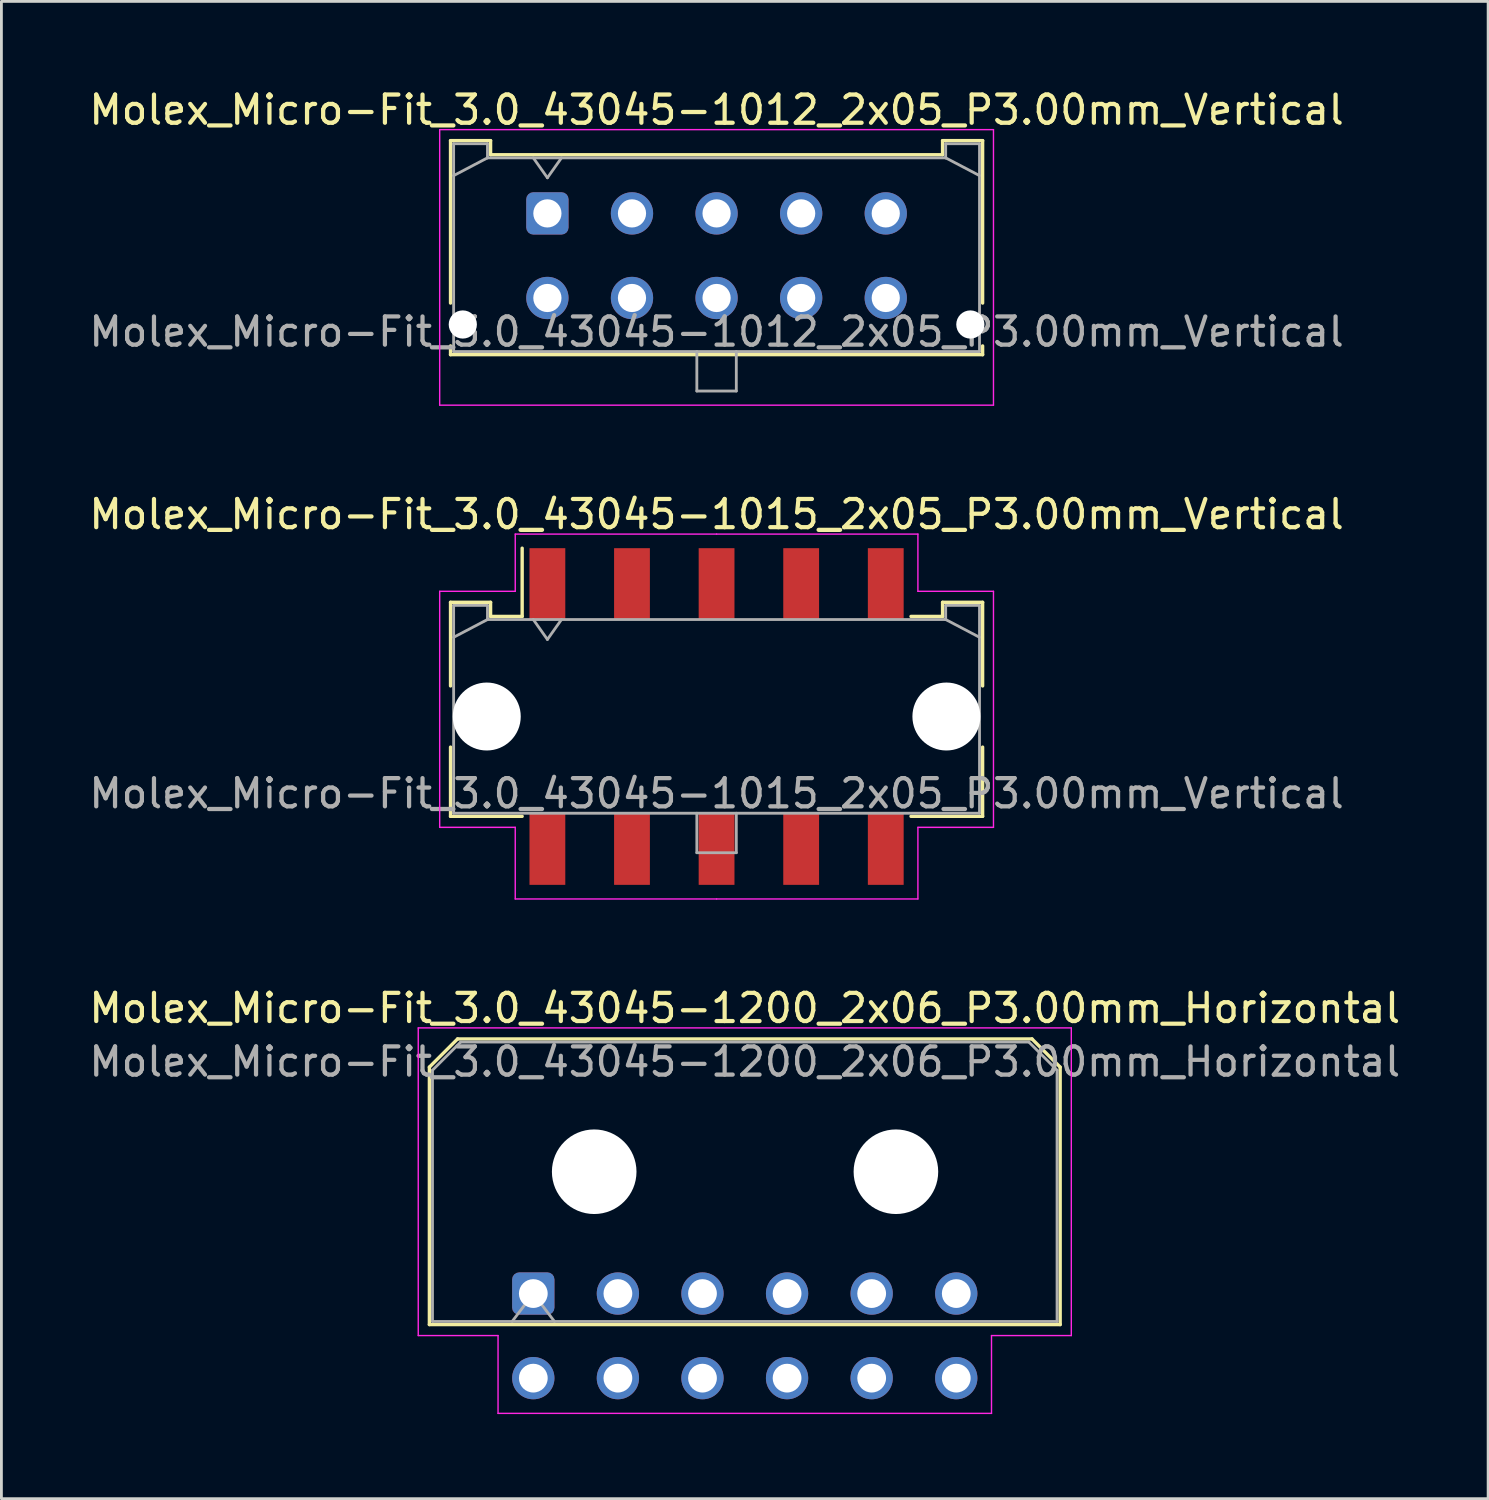
<source format=kicad_pcb>
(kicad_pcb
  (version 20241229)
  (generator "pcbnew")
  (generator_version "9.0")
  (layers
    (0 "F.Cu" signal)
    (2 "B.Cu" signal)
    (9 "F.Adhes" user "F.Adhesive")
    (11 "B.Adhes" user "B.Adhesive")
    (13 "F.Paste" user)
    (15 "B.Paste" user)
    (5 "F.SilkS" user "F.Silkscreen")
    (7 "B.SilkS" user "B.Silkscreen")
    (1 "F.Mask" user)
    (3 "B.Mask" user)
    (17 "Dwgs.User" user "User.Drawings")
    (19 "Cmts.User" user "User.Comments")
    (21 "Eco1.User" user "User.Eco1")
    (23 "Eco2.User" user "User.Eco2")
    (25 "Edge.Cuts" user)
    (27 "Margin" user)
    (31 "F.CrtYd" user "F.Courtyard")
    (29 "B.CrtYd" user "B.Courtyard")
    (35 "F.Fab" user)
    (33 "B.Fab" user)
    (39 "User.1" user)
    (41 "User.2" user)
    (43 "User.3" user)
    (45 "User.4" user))
  (footprint "Molex_Micro-Fit_3.0_43045-1012_2x05_P3.00mm_Vertical"
    (layer "F.Cu")
    (at 16.363 4.518)
    (property "Reference" "Molex_Micro-Fit_3.0_43045-1012_2x05_P3.00mm_Vertical" (at 6 -3.67 0) (layer "F.SilkS") (effects (font (size 1 1) (thickness 0.15))))
    (attr through_hole)
    (fp_line (start -3.435 -2.58) (end -2.015 -2.58) (stroke (width 0.12) (type solid)) (layer "F.SilkS"))
    (fp_line (start -3.435 3.18) (end -3.435 -2.58) (stroke (width 0.12) (type solid)) (layer "F.SilkS"))
    (fp_line (start -3.435 4.7) (end -3.435 5.01) (stroke (width 0.12) (type solid)) (layer "F.SilkS"))
    (fp_line (start -3.435 5.01) (end 15.435 5.01) (stroke (width 0.12) (type solid)) (layer "F.SilkS"))
    (fp_line (start -2.015 -2.58) (end -2.015 -2.08) (stroke (width 0.12) (type solid)) (layer "F.SilkS"))
    (fp_line (start -2.015 -2.08) (end 14.015 -2.08) (stroke (width 0.12) (type solid)) (layer "F.SilkS"))
    (fp_line (start 14.015 -2.58) (end 15.435 -2.58) (stroke (width 0.12) (type solid)) (layer "F.SilkS"))
    (fp_line (start 14.015 -2.08) (end 14.015 -2.58) (stroke (width 0.12) (type solid)) (layer "F.SilkS"))
    (fp_line (start 15.435 -2.58) (end 15.435 3.18) (stroke (width 0.12) (type solid)) (layer "F.SilkS"))
    (fp_line (start 15.435 5.01) (end 15.435 4.7) (stroke (width 0.12) (type solid)) (layer "F.SilkS"))
    (fp_line (start -3.82 -2.97) (end 15.82 -2.97) (stroke (width 0.05) (type solid)) (layer "F.CrtYd"))
    (fp_line (start -3.82 6.8) (end -3.82 -2.97) (stroke (width 0.05) (type solid)) (layer "F.CrtYd"))
    (fp_line (start 15.82 -2.97) (end 15.82 6.8) (stroke (width 0.05) (type solid)) (layer "F.CrtYd"))
    (fp_line (start 15.82 6.8) (end -3.82 6.8) (stroke (width 0.05) (type solid)) (layer "F.CrtYd"))
    (fp_line (start -3.325 -2.47) (end -3.325 4.9) (stroke (width 0.1) (type solid)) (layer "F.Fab"))
    (fp_line (start -3.325 -1.34) (end -2.125 -1.97) (stroke (width 0.1) (type solid)) (layer "F.Fab"))
    (fp_line (start -3.325 4.9) (end 15.325 4.9) (stroke (width 0.1) (type solid)) (layer "F.Fab"))
    (fp_line (start -2.125 -2.47) (end -3.325 -2.47) (stroke (width 0.1) (type solid)) (layer "F.Fab"))
    (fp_line (start -2.125 -1.97) (end -2.125 -2.47) (stroke (width 0.1) (type solid)) (layer "F.Fab"))
    (fp_line (start -0.5 -1.97) (end 0 -1.263) (stroke (width 0.1) (type solid)) (layer "F.Fab"))
    (fp_line (start 0 -1.263) (end 0.5 -1.97) (stroke (width 0.1) (type solid)) (layer "F.Fab"))
    (fp_line (start 5.3 4.9) (end 5.3 6.3) (stroke (width 0.1) (type solid)) (layer "F.Fab"))
    (fp_line (start 5.3 6.3) (end 6.7 6.3) (stroke (width 0.1) (type solid)) (layer "F.Fab"))
    (fp_line (start 6.7 6.3) (end 6.7 4.9) (stroke (width 0.1) (type solid)) (layer "F.Fab"))
    (fp_line (start 14.125 -2.47) (end 14.125 -1.97) (stroke (width 0.1) (type solid)) (layer "F.Fab"))
    (fp_line (start 14.125 -1.97) (end -2.125 -1.97) (stroke (width 0.1) (type solid)) (layer "F.Fab"))
    (fp_line (start 15.325 -2.47) (end 14.125 -2.47) (stroke (width 0.1) (type solid)) (layer "F.Fab"))
    (fp_line (start 15.325 -1.34) (end 14.125 -1.97) (stroke (width 0.1) (type solid)) (layer "F.Fab"))
    (fp_line (start 15.325 4.9) (end 15.325 -2.47) (stroke (width 0.1) (type solid)) (layer "F.Fab"))
    (fp_text user "${REFERENCE}" (at 6 4.2 0) (layer "F.Fab") (effects (font (size 1 1) (thickness 0.15))))
    (pad "" np_thru_hole circle (at -3 3.94) (size 1 1) (drill 1) (layers "*.Cu" "*.Mask"))
    (pad "" np_thru_hole circle (at 15 3.94) (size 1 1) (drill 1) (layers "*.Cu" "*.Mask"))
    (pad "1" thru_hole roundrect (at 0 0) (size 1.5 1.5) (drill 1) (layers "*.Cu" "*.Mask") (roundrect_rratio 0.167))
    (pad "2" thru_hole circle (at 3 0) (size 1.5 1.5) (drill 1) (layers "*.Cu" "*.Mask"))
    (pad "3" thru_hole circle (at 6 0) (size 1.5 1.5) (drill 1) (layers "*.Cu" "*.Mask"))
    (pad "4" thru_hole circle (at 9 0) (size 1.5 1.5) (drill 1) (layers "*.Cu" "*.Mask"))
    (pad "5" thru_hole circle (at 12 0) (size 1.5 1.5) (drill 1) (layers "*.Cu" "*.Mask"))
    (pad "6" thru_hole circle (at 0 3) (size 1.5 1.5) (drill 1) (layers "*.Cu" "*.Mask"))
    (pad "7" thru_hole circle (at 3 3) (size 1.5 1.5) (drill 1) (layers "*.Cu" "*.Mask"))
    (pad "8" thru_hole circle (at 6 3) (size 1.5 1.5) (drill 1) (layers "*.Cu" "*.Mask"))
    (pad "9" thru_hole circle (at 9 3) (size 1.5 1.5) (drill 1) (layers "*.Cu" "*.Mask"))
    (pad "10" thru_hole circle (at 12 3) (size 1.5 1.5) (drill 1) (layers "*.Cu" "*.Mask")))
  (footprint "Molex_Micro-Fit_3.0_43045-1015_2x05_P3.00mm_Vertical"
    (layer "F.Cu")
    (at 22.363 22.361)
    (property "Reference" "Molex_Micro-Fit_3.0_43045-1015_2x05_P3.00mm_Vertical" (at 0 -7.17 0) (layer "F.SilkS") (effects (font (size 1 1) (thickness 0.15))))
    (attr smd)
    (fp_line (start -9.435 -4.05) (end -8.015 -4.05) (stroke (width 0.12) (type solid)) (layer "F.SilkS"))
    (fp_line (start -9.435 -1.085) (end -9.435 -4.05) (stroke (width 0.12) (type solid)) (layer "F.SilkS"))
    (fp_line (start -9.435 1.085) (end -9.435 3.54) (stroke (width 0.12) (type solid)) (layer "F.SilkS"))
    (fp_line (start -9.435 3.54) (end -6.895 3.54) (stroke (width 0.12) (type solid)) (layer "F.SilkS"))
    (fp_line (start -8.015 -4.05) (end -8.015 -3.55) (stroke (width 0.12) (type solid)) (layer "F.SilkS"))
    (fp_line (start -8.015 -3.55) (end -6.895 -3.55) (stroke (width 0.12) (type solid)) (layer "F.SilkS"))
    (fp_line (start -6.895 -3.55) (end -6.895 -5.97) (stroke (width 0.12) (type solid)) (layer "F.SilkS"))
    (fp_line (start 8.015 -4.05) (end 8.015 -3.55) (stroke (width 0.12) (type solid)) (layer "F.SilkS"))
    (fp_line (start 8.015 -3.55) (end 6.895 -3.55) (stroke (width 0.12) (type solid)) (layer "F.SilkS"))
    (fp_line (start 9.435 -4.05) (end 8.015 -4.05) (stroke (width 0.12) (type solid)) (layer "F.SilkS"))
    (fp_line (start 9.435 -1.085) (end 9.435 -4.05) (stroke (width 0.12) (type solid)) (layer "F.SilkS"))
    (fp_line (start 9.435 1.085) (end 9.435 3.54) (stroke (width 0.12) (type solid)) (layer "F.SilkS"))
    (fp_line (start 9.435 3.54) (end 6.895 3.54) (stroke (width 0.12) (type solid)) (layer "F.SilkS"))
    (fp_line (start -9.82 -4.44) (end -9.82 3.93) (stroke (width 0.05) (type solid)) (layer "F.CrtYd"))
    (fp_line (start -9.82 3.93) (end -7.14 3.93) (stroke (width 0.05) (type solid)) (layer "F.CrtYd"))
    (fp_line (start -7.14 -6.47) (end -7.14 -4.44) (stroke (width 0.05) (type solid)) (layer "F.CrtYd"))
    (fp_line (start -7.14 -4.44) (end -9.82 -4.44) (stroke (width 0.05) (type solid)) (layer "F.CrtYd"))
    (fp_line (start -7.14 3.93) (end -7.14 6.47) (stroke (width 0.05) (type solid)) (layer "F.CrtYd"))
    (fp_line (start -7.14 6.47) (end 0 6.47) (stroke (width 0.05) (type solid)) (layer "F.CrtYd"))
    (fp_line (start 0 -6.47) (end -7.14 -6.47) (stroke (width 0.05) (type solid)) (layer "F.CrtYd"))
    (fp_line (start 0 -6.47) (end 7.14 -6.47) (stroke (width 0.05) (type solid)) (layer "F.CrtYd"))
    (fp_line (start 7.14 -6.47) (end 7.14 -4.44) (stroke (width 0.05) (type solid)) (layer "F.CrtYd"))
    (fp_line (start 7.14 -4.44) (end 9.82 -4.44) (stroke (width 0.05) (type solid)) (layer "F.CrtYd"))
    (fp_line (start 7.14 3.93) (end 7.14 6.47) (stroke (width 0.05) (type solid)) (layer "F.CrtYd"))
    (fp_line (start 7.14 6.47) (end 0 6.47) (stroke (width 0.05) (type solid)) (layer "F.CrtYd"))
    (fp_line (start 9.82 -4.44) (end 9.82 3.93) (stroke (width 0.05) (type solid)) (layer "F.CrtYd"))
    (fp_line (start 9.82 3.93) (end 7.14 3.93) (stroke (width 0.05) (type solid)) (layer "F.CrtYd"))
    (fp_line (start -9.325 -3.94) (end -9.325 3.43) (stroke (width 0.1) (type solid)) (layer "F.Fab"))
    (fp_line (start -9.325 -2.81) (end -8.125 -3.44) (stroke (width 0.1) (type solid)) (layer "F.Fab"))
    (fp_line (start -9.325 3.43) (end 9.325 3.43) (stroke (width 0.1) (type solid)) (layer "F.Fab"))
    (fp_line (start -8.125 -3.94) (end -9.325 -3.94) (stroke (width 0.1) (type solid)) (layer "F.Fab"))
    (fp_line (start -8.125 -3.44) (end -8.125 -3.94) (stroke (width 0.1) (type solid)) (layer "F.Fab"))
    (fp_line (start -6.5 -3.44) (end -6 -2.733) (stroke (width 0.1) (type solid)) (layer "F.Fab"))
    (fp_line (start -6 -2.733) (end -5.5 -3.44) (stroke (width 0.1) (type solid)) (layer "F.Fab"))
    (fp_line (start -0.7 3.43) (end -0.7 4.83) (stroke (width 0.1) (type solid)) (layer "F.Fab"))
    (fp_line (start -0.7 4.83) (end 0.7 4.83) (stroke (width 0.1) (type solid)) (layer "F.Fab"))
    (fp_line (start 0.7 4.83) (end 0.7 3.43) (stroke (width 0.1) (type solid)) (layer "F.Fab"))
    (fp_line (start 8.125 -3.94) (end 8.125 -3.44) (stroke (width 0.1) (type solid)) (layer "F.Fab"))
    (fp_line (start 8.125 -3.44) (end -8.125 -3.44) (stroke (width 0.1) (type solid)) (layer "F.Fab"))
    (fp_line (start 9.325 -3.94) (end 8.125 -3.94) (stroke (width 0.1) (type solid)) (layer "F.Fab"))
    (fp_line (start 9.325 -2.81) (end 8.125 -3.44) (stroke (width 0.1) (type solid)) (layer "F.Fab"))
    (fp_line (start 9.325 3.43) (end 9.325 -3.94) (stroke (width 0.1) (type solid)) (layer "F.Fab"))
    (fp_text user "${REFERENCE}" (at 0 2.73 0) (layer "F.Fab") (effects (font (size 1 1) (thickness 0.15))))
    (pad "" np_thru_hole circle (at -8.15 0) (size 2.41 2.41) (drill 2.41) (layers "*.Cu" "*.Mask"))
    (pad "" np_thru_hole circle (at 8.15 0) (size 2.41 2.41) (drill 2.41) (layers "*.Cu" "*.Mask"))
    (pad "1" smd rect (at -6 -4.7) (size 1.27 2.54) (layers "F.Cu" "F.Mask" "F.Paste"))
    (pad "2" smd rect (at -3 -4.7) (size 1.27 2.54) (layers "F.Cu" "F.Mask" "F.Paste"))
    (pad "3" smd rect (at 0 -4.7) (size 1.27 2.54) (layers "F.Cu" "F.Mask" "F.Paste"))
    (pad "4" smd rect (at 3 -4.7) (size 1.27 2.54) (layers "F.Cu" "F.Mask" "F.Paste"))
    (pad "5" smd rect (at 6 -4.7) (size 1.27 2.54) (layers "F.Cu" "F.Mask" "F.Paste"))
    (pad "6" smd rect (at -6 4.7) (size 1.27 2.54) (layers "F.Cu" "F.Mask" "F.Paste"))
    (pad "7" smd rect (at -3 4.7) (size 1.27 2.54) (layers "F.Cu" "F.Mask" "F.Paste"))
    (pad "8" smd rect (at 0 4.7) (size 1.27 2.54) (layers "F.Cu" "F.Mask" "F.Paste"))
    (pad "9" smd rect (at 3 4.7) (size 1.27 2.54) (layers "F.Cu" "F.Mask" "F.Paste"))
    (pad "10" smd rect (at 6 4.7) (size 1.27 2.54) (layers "F.Cu" "F.Mask" "F.Paste")))
  (footprint "Molex_Micro-Fit_3.0_43045-1200_2x06_P3.00mm_Horizontal"
    (layer "F.Cu")
    (at 15.863 42.825)
    (property "Reference" "Molex_Micro-Fit_3.0_43045-1200_2x06_P3.00mm_Horizontal" (at 7.5 -10.12 0) (layer "F.SilkS") (effects (font (size 1 1) (thickness 0.15))))
    (attr through_hole)
    (fp_line (start -3.685 -8.03) (end -2.685 -9.03) (stroke (width 0.12) (type solid)) (layer "F.SilkS"))
    (fp_line (start -3.685 1.1) (end -3.685 -8.03) (stroke (width 0.12) (type solid)) (layer "F.SilkS"))
    (fp_line (start -2.685 -9.03) (end 17.685 -9.03) (stroke (width 0.12) (type solid)) (layer "F.SilkS"))
    (fp_line (start 17.685 -9.03) (end 18.685 -8.03) (stroke (width 0.12) (type solid)) (layer "F.SilkS"))
    (fp_line (start 18.685 -8.03) (end 18.685 1.1) (stroke (width 0.12) (type solid)) (layer "F.SilkS"))
    (fp_line (start 18.685 1.1) (end -3.685 1.1) (stroke (width 0.12) (type solid)) (layer "F.SilkS"))
    (fp_line (start -4.08 -9.42) (end 19.08 -9.42) (stroke (width 0.05) (type solid)) (layer "F.CrtYd"))
    (fp_line (start -4.08 1.49) (end -4.08 -9.42) (stroke (width 0.05) (type solid)) (layer "F.CrtYd"))
    (fp_line (start -1.25 1.49) (end -4.08 1.49) (stroke (width 0.05) (type solid)) (layer "F.CrtYd"))
    (fp_line (start -1.25 4.25) (end -1.25 1.49) (stroke (width 0.05) (type solid)) (layer "F.CrtYd"))
    (fp_line (start 16.25 1.49) (end 16.25 4.25) (stroke (width 0.05) (type solid)) (layer "F.CrtYd"))
    (fp_line (start 16.25 4.25) (end -1.25 4.25) (stroke (width 0.05) (type solid)) (layer "F.CrtYd"))
    (fp_line (start 19.08 -9.42) (end 19.08 1.49) (stroke (width 0.05) (type solid)) (layer "F.CrtYd"))
    (fp_line (start 19.08 1.49) (end 16.25 1.49) (stroke (width 0.05) (type solid)) (layer "F.CrtYd"))
    (fp_line (start -3.575 -7.92) (end -2.575 -8.92) (stroke (width 0.1) (type solid)) (layer "F.Fab"))
    (fp_line (start -3.575 0.99) (end -3.575 -7.92) (stroke (width 0.1) (type solid)) (layer "F.Fab"))
    (fp_line (start -2.575 -8.92) (end 17.575 -8.92) (stroke (width 0.1) (type solid)) (layer "F.Fab"))
    (fp_line (start -0.75 0.99) (end 0 0) (stroke (width 0.1) (type solid)) (layer "F.Fab"))
    (fp_line (start 0 0) (end 0.75 0.99) (stroke (width 0.1) (type solid)) (layer "F.Fab"))
    (fp_line (start 17.575 -8.92) (end 18.575 -7.92) (stroke (width 0.1) (type solid)) (layer "F.Fab"))
    (fp_line (start 18.575 -7.92) (end 18.575 0.99) (stroke (width 0.1) (type solid)) (layer "F.Fab"))
    (fp_line (start 18.575 0.99) (end -3.575 0.99) (stroke (width 0.1) (type solid)) (layer "F.Fab"))
    (fp_text user "${REFERENCE}" (at 7.5 -8.22 0) (layer "F.Fab") (effects (font (size 1 1) (thickness 0.15))))
    (pad "" np_thru_hole circle (at 2.16 -4.32) (size 3 3) (drill 3) (layers "*.Cu" "*.Mask"))
    (pad "" np_thru_hole circle (at 12.86 -4.32) (size 3 3) (drill 3) (layers "*.Cu" "*.Mask"))
    (pad "1" thru_hole roundrect (at 0 0) (size 1.5 1.5) (drill 1.02) (layers "*.Cu" "*.Mask") (roundrect_rratio 0.167))
    (pad "2" thru_hole circle (at 3 0) (size 1.5 1.5) (drill 1.02) (layers "*.Cu" "*.Mask"))
    (pad "3" thru_hole circle (at 6 0) (size 1.5 1.5) (drill 1.02) (layers "*.Cu" "*.Mask"))
    (pad "4" thru_hole circle (at 9 0) (size 1.5 1.5) (drill 1.02) (layers "*.Cu" "*.Mask"))
    (pad "5" thru_hole circle (at 12 0) (size 1.5 1.5) (drill 1.02) (layers "*.Cu" "*.Mask"))
    (pad "6" thru_hole circle (at 15 0) (size 1.5 1.5) (drill 1.02) (layers "*.Cu" "*.Mask"))
    (pad "7" thru_hole circle (at 0 3) (size 1.5 1.5) (drill 1.02) (layers "*.Cu" "*.Mask"))
    (pad "8" thru_hole circle (at 3 3) (size 1.5 1.5) (drill 1.02) (layers "*.Cu" "*.Mask"))
    (pad "9" thru_hole circle (at 6 3) (size 1.5 1.5) (drill 1.02) (layers "*.Cu" "*.Mask"))
    (pad "10" thru_hole circle (at 9 3) (size 1.5 1.5) (drill 1.02) (layers "*.Cu" "*.Mask"))
    (pad "11" thru_hole circle (at 12 3) (size 1.5 1.5) (drill 1.02) (layers "*.Cu" "*.Mask"))
    (pad "12" thru_hole circle (at 15 3) (size 1.5 1.5) (drill 1.02) (layers "*.Cu" "*.Mask")))
  (gr_rect
    (start -3 -3)
    (end 49.726 50.1)
    (stroke (width 0.1) (type default))
    (fill no)
    (layer "Edge.Cuts")))
</source>
